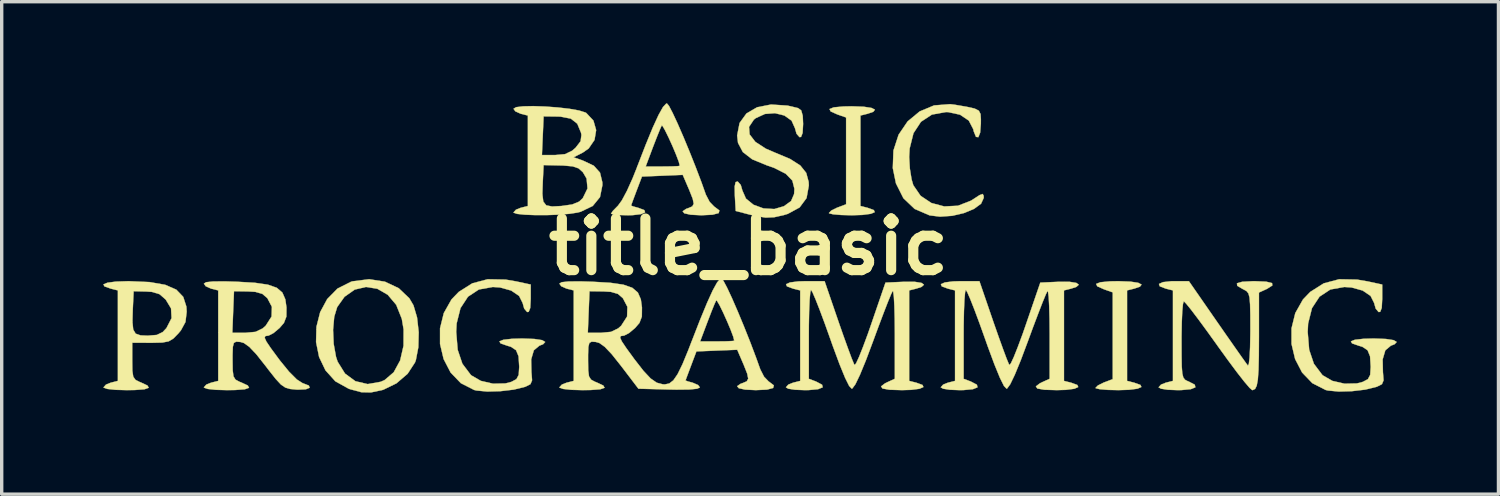
<source format=kicad_pcb>
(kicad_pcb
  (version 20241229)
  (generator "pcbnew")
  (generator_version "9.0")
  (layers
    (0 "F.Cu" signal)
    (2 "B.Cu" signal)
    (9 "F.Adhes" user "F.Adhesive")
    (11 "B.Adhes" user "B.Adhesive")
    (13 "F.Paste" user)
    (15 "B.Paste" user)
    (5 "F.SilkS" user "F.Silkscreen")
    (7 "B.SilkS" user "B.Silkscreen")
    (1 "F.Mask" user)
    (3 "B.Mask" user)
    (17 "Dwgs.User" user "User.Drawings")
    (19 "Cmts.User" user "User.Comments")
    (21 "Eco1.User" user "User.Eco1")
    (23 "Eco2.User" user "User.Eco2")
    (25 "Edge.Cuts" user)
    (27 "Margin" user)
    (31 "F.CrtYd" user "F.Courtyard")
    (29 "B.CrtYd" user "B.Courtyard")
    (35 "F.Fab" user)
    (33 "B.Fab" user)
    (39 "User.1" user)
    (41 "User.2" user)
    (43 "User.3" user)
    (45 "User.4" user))
  (footprint "title_basic"
    (layer "F.Cu")
    (at 19.058 4.238)
    (property "Reference" "title_basic" (at 0 0 0) (layer "F.SilkS") (effects (font (size 1.524 1.524) (thickness 0.3))))
    (attr through_hole)
    (fp_poly (pts (xy 3.401 -4.136) (xy 3.632 -4.1) (xy 3.73 -4.049) (xy 3.682 -3.987) (xy 3.514 -3.929) (xy 3.302 -3.876) (xy 3.302 -1.204) (xy 3.514 -1.151) (xy 3.698 -1.084) (xy 3.725 -1.023) (xy 3.608 -0.974) (xy 3.359 -0.941) (xy 3.048 -0.931) (xy 2.733 -0.939) (xy 2.497 -0.959) (xy 2.377 -0.988) (xy 2.371 -0.997) (xy 2.441 -1.07) (xy 2.612 -1.155) (xy 2.625 -1.159) (xy 2.879 -1.255) (xy 2.879 -3.819) (xy 2.625 -3.907) (xy 2.423 -3.997) (xy 2.388 -4.068) (xy 2.515 -4.118) (xy 2.802 -4.144) (xy 3.048 -4.149) (xy 3.401 -4.136)) (stroke (width 0.01) (type solid)) (fill yes) (layer "F.SilkS"))
    (fp_poly (pts (xy 11.275 1.029) (xy 11.506 1.064) (xy 11.604 1.116) (xy 11.556 1.178) (xy 11.388 1.235) (xy 11.176 1.288) (xy 11.176 3.961) (xy 11.388 4.014) (xy 11.572 4.08) (xy 11.599 4.141) (xy 11.482 4.191) (xy 11.233 4.223) (xy 10.922 4.233) (xy 10.607 4.226) (xy 10.371 4.206) (xy 10.251 4.177) (xy 10.245 4.167) (xy 10.315 4.095) (xy 10.486 4.01) (xy 10.499 4.005) (xy 10.753 3.909) (xy 10.753 1.346) (xy 10.499 1.257) (xy 10.297 1.167) (xy 10.262 1.097) (xy 10.389 1.047) (xy 10.676 1.02) (xy 10.922 1.016) (xy 11.275 1.029)) (stroke (width 0.01) (type solid)) (fill yes) (layer "F.SilkS"))
    (fp_poly (pts (xy 6.088 -4.195) (xy 6.449 -4.133) (xy 6.675 -4.082) (xy 6.798 -4.019) (xy 6.849 -3.921) (xy 6.859 -3.766) (xy 6.858 -3.634) (xy 6.837 -3.37) (xy 6.784 -3.237) (xy 6.715 -3.246) (xy 6.648 -3.409) (xy 6.633 -3.475) (xy 6.502 -3.727) (xy 6.244 -3.901) (xy 5.893 -3.977) (xy 5.825 -3.978) (xy 5.412 -3.904) (xy 5.09 -3.692) (xy 4.868 -3.354) (xy 4.755 -2.901) (xy 4.741 -2.652) (xy 4.761 -2.312) (xy 4.812 -1.994) (xy 4.863 -1.819) (xy 5.079 -1.505) (xy 5.397 -1.293) (xy 5.777 -1.192) (xy 6.181 -1.212) (xy 6.567 -1.362) (xy 6.627 -1.4) (xy 6.82 -1.526) (xy 6.912 -1.56) (xy 6.941 -1.507) (xy 6.943 -1.444) (xy 6.865 -1.273) (xy 6.657 -1.12) (xy 6.359 -0.996) (xy 6.012 -0.915) (xy 5.653 -0.89) (xy 5.344 -0.928) (xy 4.904 -1.117) (xy 4.571 -1.434) (xy 4.351 -1.872) (xy 4.258 -2.324) (xy 4.277 -2.843) (xy 4.429 -3.31) (xy 4.695 -3.702) (xy 5.051 -3.997) (xy 5.477 -4.175) (xy 5.952 -4.212) (xy 6.088 -4.195)) (stroke (width 0.01) (type solid)) (fill yes) (layer "F.SilkS"))
    (fp_poly (pts (xy -10.74 1.031) (xy -10.333 1.223) (xy -10.02 1.521) (xy -9.898 1.728) (xy -9.792 2.086) (xy -9.743 2.523) (xy -9.754 2.966) (xy -9.826 3.342) (xy -9.852 3.415) (xy -10.07 3.749) (xy -10.401 4.033) (xy -10.785 4.22) (xy -10.819 4.23) (xy -11.153 4.301) (xy -11.436 4.295) (xy -11.761 4.208) (xy -11.811 4.191) (xy -12.205 3.972) (xy -12.496 3.649) (xy -12.685 3.254) (xy -12.774 2.815) (xy -12.765 2.453) (xy -12.272 2.453) (xy -12.254 2.868) (xy -12.185 3.25) (xy -12.137 3.394) (xy -11.918 3.746) (xy -11.612 3.97) (xy -11.25 4.055) (xy -10.865 3.987) (xy -10.75 3.936) (xy -10.481 3.706) (xy -10.291 3.357) (xy -10.191 2.923) (xy -10.189 2.439) (xy -10.242 2.127) (xy -10.407 1.714) (xy -10.658 1.417) (xy -10.966 1.239) (xy -11.3 1.186) (xy -11.633 1.264) (xy -11.935 1.477) (xy -12.151 1.781) (xy -12.238 2.069) (xy -12.272 2.453) (xy -12.765 2.453) (xy -12.763 2.364) (xy -12.653 1.93) (xy -12.445 1.544) (xy -12.141 1.234) (xy -11.742 1.033) (xy -11.694 1.019) (xy -11.205 0.958) (xy -10.74 1.031)) (stroke (width 0.01) (type solid)) (fill yes) (layer "F.SilkS"))
    (fp_poly (pts (xy -17.694 1.042) (xy -17.229 1.123) (xy -16.901 1.266) (xy -16.697 1.479) (xy -16.604 1.767) (xy -16.595 1.918) (xy -16.631 2.221) (xy -16.766 2.469) (xy -16.842 2.56) (xy -16.989 2.71) (xy -17.127 2.792) (xy -17.315 2.828) (xy -17.609 2.835) (xy -17.646 2.835) (xy -18.203 2.833) (xy -18.203 3.371) (xy -18.199 3.665) (xy -18.173 3.836) (xy -18.107 3.93) (xy -17.984 3.992) (xy -17.949 4.005) (xy -17.753 4.097) (xy -17.716 4.164) (xy -17.842 4.208) (xy -18.132 4.23) (xy -18.373 4.233) (xy -18.7 4.224) (xy -18.936 4.198) (xy -19.046 4.16) (xy -19.05 4.15) (xy -18.978 4.07) (xy -18.838 4.014) (xy -18.627 3.961) (xy -18.627 2.625) (xy -18.627 2.217) (xy -18.197 2.217) (xy -18.174 2.444) (xy -18.101 2.566) (xy -17.957 2.616) (xy -17.746 2.625) (xy -17.478 2.603) (xy -17.302 2.518) (xy -17.193 2.402) (xy -17.041 2.107) (xy -17.057 1.819) (xy -17.215 1.558) (xy -17.396 1.4) (xy -17.621 1.332) (xy -17.787 1.321) (xy -18.161 1.312) (xy -18.187 1.854) (xy -18.197 2.217) (xy -18.627 2.217) (xy -18.627 1.288) (xy -18.838 1.235) (xy -19.024 1.169) (xy -19.053 1.11) (xy -18.935 1.061) (xy -18.684 1.028) (xy -18.309 1.016) (xy -18.309 1.016) (xy -17.694 1.042)) (stroke (width 0.01) (type solid)) (fill yes) (layer "F.SilkS"))
    (fp_poly (pts (xy 1.151 -4.169) (xy 1.46 -4.096) (xy 1.553 -4.028) (xy 1.598 -3.869) (xy 1.609 -3.628) (xy 1.594 -3.361) (xy 1.548 -3.244) (xy 1.503 -3.238) (xy 1.415 -3.339) (xy 1.37 -3.5) (xy 1.269 -3.725) (xy 1.056 -3.877) (xy 0.778 -3.946) (xy 0.48 -3.923) (xy 0.207 -3.797) (xy 0.154 -3.754) (xy 0.012 -3.541) (xy 0.029 -3.319) (xy 0.198 -3.099) (xy 0.508 -2.897) (xy 0.776 -2.782) (xy 1.225 -2.594) (xy 1.526 -2.401) (xy 1.701 -2.182) (xy 1.773 -1.916) (xy 1.778 -1.809) (xy 1.711 -1.439) (xy 1.506 -1.162) (xy 1.158 -0.973) (xy 1.048 -0.939) (xy 0.757 -0.873) (xy 0.503 -0.862) (xy 0.211 -0.908) (xy 0 -0.959) (xy -0.381 -1.058) (xy -0.407 -1.511) (xy -0.412 -1.782) (xy -0.384 -1.911) (xy -0.322 -1.928) (xy -0.232 -1.826) (xy -0.184 -1.661) (xy -0.079 -1.423) (xy 0.144 -1.241) (xy 0.439 -1.133) (xy 0.759 -1.115) (xy 1.043 -1.198) (xy 1.255 -1.352) (xy 1.343 -1.558) (xy 1.353 -1.711) (xy 1.292 -1.955) (xy 1.095 -2.158) (xy 0.748 -2.333) (xy 0.539 -2.405) (xy 0.108 -2.582) (xy -0.171 -2.798) (xy -0.313 -3.068) (xy -0.339 -3.287) (xy -0.267 -3.656) (xy -0.064 -3.937) (xy 0.252 -4.121) (xy 0.663 -4.201) (xy 1.151 -4.169)) (stroke (width 0.01) (type solid)) (fill yes) (layer "F.SilkS"))
    (fp_poly (pts (xy -7.177 0.969) (xy -6.862 1.023) (xy -6.435 1.115) (xy -6.435 1.538) (xy -6.449 1.805) (xy -6.495 1.921) (xy -6.54 1.927) (xy -6.627 1.826) (xy -6.674 1.659) (xy -6.778 1.451) (xy -7.012 1.292) (xy -7.341 1.201) (xy -7.554 1.187) (xy -7.966 1.261) (xy -8.287 1.473) (xy -8.509 1.811) (xy -8.623 2.264) (xy -8.636 2.513) (xy -8.592 3.042) (xy -8.453 3.454) (xy -8.209 3.778) (xy -8.187 3.799) (xy -7.908 3.96) (xy -7.548 4.043) (xy -7.182 4.035) (xy -7.006 3.989) (xy -6.857 3.909) (xy -6.79 3.783) (xy -6.775 3.553) (xy -6.775 3.537) (xy -6.794 3.234) (xy -6.868 3.054) (xy -7.021 2.953) (xy -7.134 2.919) (xy -7.326 2.852) (xy -7.359 2.793) (xy -7.242 2.746) (xy -6.987 2.717) (xy -6.689 2.709) (xy -6.329 2.722) (xy -6.098 2.757) (xy -6.007 2.811) (xy -6.068 2.877) (xy -6.18 2.921) (xy -6.343 3.057) (xy -6.422 3.325) (xy -6.414 3.706) (xy -6.412 3.725) (xy -6.395 3.943) (xy -6.443 4.057) (xy -6.587 4.13) (xy -6.614 4.139) (xy -6.937 4.218) (xy -7.329 4.264) (xy -7.718 4.275) (xy -8.035 4.245) (xy -8.106 4.228) (xy -8.499 4.027) (xy -8.801 3.713) (xy -9.007 3.316) (xy -9.113 2.87) (xy -9.113 2.407) (xy -9.002 1.958) (xy -8.775 1.556) (xy -8.561 1.333) (xy -8.16 1.079) (xy -7.707 0.959) (xy -7.177 0.969)) (stroke (width 0.01) (type solid)) (fill yes) (layer "F.SilkS"))
    (fp_poly (pts (xy 17.969 0.969) (xy 18.284 1.023) (xy 18.711 1.115) (xy 18.711 1.538) (xy 18.697 1.805) (xy 18.651 1.921) (xy 18.605 1.927) (xy 18.519 1.826) (xy 18.472 1.659) (xy 18.368 1.451) (xy 18.134 1.292) (xy 17.805 1.201) (xy 17.592 1.187) (xy 17.18 1.261) (xy 16.859 1.473) (xy 16.637 1.811) (xy 16.523 2.264) (xy 16.51 2.513) (xy 16.554 3.042) (xy 16.693 3.454) (xy 16.937 3.778) (xy 16.959 3.799) (xy 17.238 3.96) (xy 17.598 4.043) (xy 17.964 4.035) (xy 18.14 3.989) (xy 18.289 3.909) (xy 18.356 3.783) (xy 18.371 3.553) (xy 18.371 3.537) (xy 18.352 3.234) (xy 18.278 3.054) (xy 18.125 2.953) (xy 18.012 2.919) (xy 17.82 2.852) (xy 17.787 2.793) (xy 17.904 2.746) (xy 18.159 2.717) (xy 18.457 2.709) (xy 18.817 2.722) (xy 19.048 2.757) (xy 19.139 2.811) (xy 19.078 2.877) (xy 18.966 2.921) (xy 18.803 3.057) (xy 18.724 3.325) (xy 18.732 3.706) (xy 18.734 3.725) (xy 18.751 3.943) (xy 18.703 4.057) (xy 18.559 4.13) (xy 18.532 4.139) (xy 18.209 4.218) (xy 17.817 4.264) (xy 17.428 4.275) (xy 17.111 4.245) (xy 17.04 4.228) (xy 16.647 4.027) (xy 16.345 3.713) (xy 16.139 3.316) (xy 16.033 2.87) (xy 16.033 2.407) (xy 16.144 1.958) (xy 16.371 1.556) (xy 16.585 1.333) (xy 16.986 1.079) (xy 17.439 0.959) (xy 17.969 0.969)) (stroke (width 0.01) (type solid)) (fill yes) (layer "F.SilkS"))
    (fp_poly (pts (xy -2.351 -4.159) (xy -2.243 -3.952) (xy -2.098 -3.641) (xy -1.929 -3.253) (xy -1.747 -2.815) (xy -1.563 -2.353) (xy -1.389 -1.895) (xy -1.264 -1.543) (xy -1.152 -1.328) (xy -1.014 -1.185) (xy -1.007 -1.181) (xy -0.863 -1.073) (xy -0.884 -0.995) (xy -1.067 -0.947) (xy -1.397 -0.931) (xy -1.711 -0.947) (xy -1.899 -0.988) (xy -1.948 -1.048) (xy -1.846 -1.119) (xy -1.778 -1.143) (xy -1.664 -1.192) (xy -1.621 -1.27) (xy -1.65 -1.416) (xy -1.75 -1.669) (xy -1.777 -1.732) (xy -1.945 -2.124) (xy -2.547 -2.099) (xy -3.15 -2.074) (xy -3.311 -1.651) (xy -3.4 -1.414) (xy -3.458 -1.255) (xy -3.471 -1.216) (xy -3.4 -1.189) (xy -3.26 -1.151) (xy -3.08 -1.083) (xy -3.056 -1.017) (xy -3.174 -0.964) (xy -3.418 -0.935) (xy -3.556 -0.931) (xy -3.824 -0.938) (xy -4.008 -0.957) (xy -4.064 -0.978) (xy -4.008 -1.061) (xy -3.872 -1.2) (xy -3.86 -1.211) (xy -3.744 -1.37) (xy -3.592 -1.654) (xy -3.425 -2.025) (xy -3.304 -2.328) (xy -3.288 -2.371) (xy -3.04 -2.371) (xy -2.536 -2.371) (xy -2.269 -2.374) (xy -2.087 -2.382) (xy -2.032 -2.392) (xy -2.063 -2.512) (xy -2.142 -2.721) (xy -2.248 -2.974) (xy -2.364 -3.228) (xy -2.468 -3.44) (xy -2.542 -3.567) (xy -2.566 -3.583) (xy -2.617 -3.47) (xy -2.708 -3.246) (xy -2.82 -2.957) (xy -2.827 -2.939) (xy -3.04 -2.371) (xy -3.288 -2.371) (xy -3.044 -3.001) (xy -2.831 -3.52) (xy -2.66 -3.892) (xy -2.53 -4.125) (xy -2.435 -4.227) (xy -2.412 -4.233) (xy -2.351 -4.159)) (stroke (width 0.01) (type solid)) (fill yes) (layer "F.SilkS"))
    (fp_poly (pts (xy -6.007 -4.142) (xy -5.638 -4.115) (xy -5.292 -4.075) (xy -5.006 -4.024) (xy -4.818 -3.965) (xy -4.795 -3.952) (xy -4.583 -3.726) (xy -4.503 -3.446) (xy -4.551 -3.156) (xy -4.724 -2.903) (xy -4.897 -2.782) (xy -5.17 -2.643) (xy -4.898 -2.548) (xy -4.572 -2.394) (xy -4.389 -2.19) (xy -4.32 -1.904) (xy -4.318 -1.822) (xy -4.389 -1.468) (xy -4.603 -1.206) (xy -4.959 -1.035) (xy -5.051 -1.011) (xy -5.289 -0.974) (xy -5.604 -0.949) (xy -5.957 -0.936) (xy -6.307 -0.936) (xy -6.614 -0.948) (xy -6.838 -0.972) (xy -6.94 -1.007) (xy -6.943 -1.014) (xy -6.871 -1.095) (xy -6.731 -1.151) (xy -6.519 -1.204) (xy -6.519 -1.556) (xy -6.091 -1.556) (xy -6.064 -1.336) (xy -5.977 -1.224) (xy -5.805 -1.19) (xy -5.53 -1.204) (xy -5.21 -1.25) (xy -5.006 -1.334) (xy -4.897 -1.436) (xy -4.758 -1.722) (xy -4.785 -2.015) (xy -4.894 -2.202) (xy -5.019 -2.315) (xy -5.194 -2.375) (xy -5.473 -2.4) (xy -5.551 -2.402) (xy -6.054 -2.413) (xy -6.079 -1.914) (xy -6.091 -1.556) (xy -6.519 -1.556) (xy -6.519 -2.709) (xy -6.104 -2.709) (xy -5.715 -2.709) (xy -5.421 -2.736) (xy -5.211 -2.837) (xy -5.11 -2.925) (xy -4.962 -3.117) (xy -4.937 -3.303) (xy -4.95 -3.37) (xy -5.06 -3.635) (xy -5.251 -3.785) (xy -5.557 -3.844) (xy -5.649 -3.847) (xy -6.054 -3.852) (xy -6.079 -3.281) (xy -6.104 -2.709) (xy -6.519 -2.709) (xy -6.519 -3.876) (xy -6.731 -3.929) (xy -6.89 -4.001) (xy -6.943 -4.076) (xy -6.865 -4.123) (xy -6.658 -4.148) (xy -6.359 -4.154) (xy -6.007 -4.142)) (stroke (width 0.01) (type solid)) (fill yes) (layer "F.SilkS"))
    (fp_poly (pts (xy 13.839 2.223) (xy 14.117 2.622) (xy 14.364 2.975) (xy 14.563 3.258) (xy 14.697 3.445) (xy 14.746 3.509) (xy 14.772 3.461) (xy 14.794 3.271) (xy 14.809 2.968) (xy 14.816 2.581) (xy 14.817 2.47) (xy 14.816 2.017) (xy 14.809 1.703) (xy 14.793 1.501) (xy 14.761 1.38) (xy 14.708 1.311) (xy 14.63 1.266) (xy 14.605 1.255) (xy 14.43 1.152) (xy 14.421 1.078) (xy 14.578 1.033) (xy 14.901 1.016) (xy 14.944 1.016) (xy 15.284 1.03) (xy 15.458 1.072) (xy 15.466 1.143) (xy 15.308 1.243) (xy 15.282 1.255) (xy 15.071 1.351) (xy 15.071 2.658) (xy 15.068 3.22) (xy 15.058 3.634) (xy 15.038 3.921) (xy 15.005 4.102) (xy 14.957 4.198) (xy 14.89 4.231) (xy 14.871 4.232) (xy 14.794 4.165) (xy 14.637 3.981) (xy 14.418 3.701) (xy 14.153 3.345) (xy 13.858 2.937) (xy 13.846 2.919) (xy 13.552 2.51) (xy 13.29 2.153) (xy 13.075 1.869) (xy 12.923 1.681) (xy 12.852 1.609) (xy 12.851 1.609) (xy 12.827 1.688) (xy 12.806 1.906) (xy 12.792 2.232) (xy 12.785 2.634) (xy 12.785 2.754) (xy 12.786 3.213) (xy 12.791 3.532) (xy 12.807 3.738) (xy 12.837 3.86) (xy 12.888 3.927) (xy 12.962 3.966) (xy 12.996 3.979) (xy 13.176 4.073) (xy 13.194 4.15) (xy 13.059 4.205) (xy 12.777 4.232) (xy 12.658 4.233) (xy 12.377 4.222) (xy 12.179 4.191) (xy 12.107 4.15) (xy 12.179 4.07) (xy 12.319 4.014) (xy 12.531 3.961) (xy 12.531 1.288) (xy 12.319 1.235) (xy 12.141 1.166) (xy 12.118 1.098) (xy 12.236 1.044) (xy 12.482 1.017) (xy 12.555 1.016) (xy 13.002 1.016) (xy 13.839 2.223)) (stroke (width 0.01) (type solid)) (fill yes) (layer "F.SilkS"))
    (fp_poly (pts (xy -15.112 1.032) (xy -14.581 1.063) (xy -14.196 1.119) (xy -13.934 1.211) (xy -13.77 1.351) (xy -13.682 1.552) (xy -13.648 1.792) (xy -13.651 2.061) (xy -13.723 2.248) (xy -13.851 2.397) (xy -14.028 2.546) (xy -14.174 2.622) (xy -14.193 2.625) (xy -14.272 2.636) (xy -14.292 2.687) (xy -14.242 2.798) (xy -14.11 2.994) (xy -13.887 3.297) (xy -13.842 3.357) (xy -13.572 3.688) (xy -13.341 3.919) (xy -13.171 4.028) (xy -13.165 4.029) (xy -12.987 4.098) (xy -12.963 4.163) (xy -13.076 4.208) (xy -13.31 4.219) (xy -13.354 4.217) (xy -13.54 4.199) (xy -13.681 4.158) (xy -13.812 4.068) (xy -13.965 3.903) (xy -14.175 3.637) (xy -14.269 3.514) (xy -14.54 3.172) (xy -14.746 2.955) (xy -14.909 2.84) (xy -15.012 2.81) (xy -15.133 2.802) (xy -15.202 2.839) (xy -15.232 2.956) (xy -15.24 3.191) (xy -15.24 3.346) (xy -15.236 3.648) (xy -15.213 3.826) (xy -15.153 3.923) (xy -15.039 3.985) (xy -14.986 4.005) (xy -14.789 4.097) (xy -14.753 4.164) (xy -14.879 4.208) (xy -15.169 4.23) (xy -15.409 4.233) (xy -15.737 4.224) (xy -15.973 4.198) (xy -16.083 4.16) (xy -16.087 4.15) (xy -16.015 4.07) (xy -15.875 4.014) (xy -15.663 3.961) (xy -15.663 2.54) (xy -15.247 2.54) (xy -14.859 2.54) (xy -14.561 2.512) (xy -14.35 2.41) (xy -14.262 2.332) (xy -14.088 2.06) (xy -14.079 1.772) (xy -14.212 1.518) (xy -14.359 1.391) (xy -14.567 1.331) (xy -14.783 1.318) (xy -15.198 1.312) (xy -15.223 1.926) (xy -15.247 2.54) (xy -15.663 2.54) (xy -15.663 1.288) (xy -15.875 1.235) (xy -16.034 1.164) (xy -16.087 1.088) (xy -16.02 1.046) (xy -15.812 1.024) (xy -15.454 1.022) (xy -15.112 1.032)) (stroke (width 0.01) (type solid)) (fill yes) (layer "F.SilkS"))
    (fp_poly (pts (xy 2.244 1.016) (xy 2.658 2.223) (xy 2.807 2.648) (xy 2.94 3.017) (xy 3.045 3.299) (xy 3.113 3.464) (xy 3.129 3.493) (xy 3.174 3.44) (xy 3.261 3.252) (xy 3.38 2.953) (xy 3.522 2.57) (xy 3.613 2.308) (xy 4.042 1.058) (xy 4.603 1.033) (xy 4.911 1.035) (xy 5.107 1.067) (xy 5.178 1.12) (xy 5.106 1.185) (xy 4.953 1.235) (xy 4.741 1.288) (xy 4.741 3.961) (xy 4.953 4.014) (xy 5.136 4.081) (xy 5.162 4.142) (xy 5.046 4.193) (xy 4.798 4.225) (xy 4.53 4.233) (xy 4.159 4.222) (xy 3.954 4.185) (xy 3.911 4.123) (xy 4.028 4.033) (xy 4.106 3.995) (xy 4.318 3.898) (xy 4.318 2.57) (xy 4.314 2.123) (xy 4.304 1.749) (xy 4.289 1.473) (xy 4.269 1.322) (xy 4.256 1.304) (xy 4.208 1.4) (xy 4.113 1.629) (xy 3.983 1.964) (xy 3.827 2.377) (xy 3.679 2.779) (xy 3.465 3.35) (xy 3.289 3.778) (xy 3.154 4.059) (xy 3.063 4.184) (xy 3.046 4.191) (xy 2.969 4.11) (xy 2.849 3.869) (xy 2.687 3.473) (xy 2.484 2.925) (xy 2.416 2.732) (xy 2.25 2.268) (xy 2.1 1.865) (xy 1.975 1.548) (xy 1.885 1.341) (xy 1.841 1.271) (xy 1.82 1.351) (xy 1.801 1.571) (xy 1.787 1.903) (xy 1.779 2.318) (xy 1.778 2.584) (xy 1.778 3.899) (xy 1.99 3.979) (xy 2.169 4.073) (xy 2.188 4.15) (xy 2.052 4.205) (xy 1.77 4.232) (xy 1.651 4.233) (xy 1.37 4.222) (xy 1.172 4.191) (xy 1.101 4.15) (xy 1.173 4.07) (xy 1.312 4.014) (xy 1.524 3.961) (xy 1.524 1.288) (xy 1.312 1.235) (xy 1.131 1.168) (xy 1.106 1.105) (xy 1.223 1.053) (xy 1.468 1.022) (xy 1.672 1.016) (xy 2.244 1.016)) (stroke (width 0.01) (type solid)) (fill yes) (layer "F.SilkS"))
    (fp_poly (pts (xy 6.816 1.016) (xy 7.23 2.223) (xy 7.379 2.648) (xy 7.512 3.017) (xy 7.617 3.299) (xy 7.685 3.464) (xy 7.701 3.493) (xy 7.746 3.44) (xy 7.833 3.252) (xy 7.952 2.953) (xy 8.094 2.57) (xy 8.185 2.308) (xy 8.614 1.058) (xy 9.175 1.033) (xy 9.483 1.035) (xy 9.679 1.067) (xy 9.75 1.12) (xy 9.678 1.185) (xy 9.525 1.235) (xy 9.313 1.288) (xy 9.313 3.961) (xy 9.525 4.014) (xy 9.708 4.081) (xy 9.734 4.142) (xy 9.618 4.193) (xy 9.37 4.225) (xy 9.102 4.233) (xy 8.731 4.222) (xy 8.526 4.185) (xy 8.483 4.123) (xy 8.6 4.033) (xy 8.678 3.995) (xy 8.89 3.898) (xy 8.89 2.57) (xy 8.886 2.123) (xy 8.876 1.749) (xy 8.861 1.473) (xy 8.841 1.322) (xy 8.828 1.304) (xy 8.78 1.4) (xy 8.685 1.629) (xy 8.555 1.964) (xy 8.399 2.377) (xy 8.251 2.779) (xy 8.037 3.35) (xy 7.861 3.778) (xy 7.726 4.059) (xy 7.635 4.184) (xy 7.618 4.191) (xy 7.541 4.11) (xy 7.421 3.869) (xy 7.259 3.473) (xy 7.056 2.925) (xy 6.988 2.732) (xy 6.822 2.268) (xy 6.672 1.865) (xy 6.547 1.548) (xy 6.457 1.341) (xy 6.413 1.271) (xy 6.392 1.351) (xy 6.373 1.571) (xy 6.359 1.903) (xy 6.351 2.318) (xy 6.35 2.584) (xy 6.35 3.899) (xy 6.562 3.979) (xy 6.741 4.073) (xy 6.76 4.15) (xy 6.624 4.205) (xy 6.342 4.232) (xy 6.223 4.233) (xy 5.942 4.222) (xy 5.744 4.191) (xy 5.673 4.15) (xy 5.745 4.07) (xy 5.884 4.014) (xy 6.096 3.961) (xy 6.096 1.288) (xy 5.884 1.235) (xy 5.703 1.168) (xy 5.678 1.105) (xy 5.795 1.053) (xy 6.04 1.022) (xy 6.244 1.016) (xy 6.816 1.016)) (stroke (width 0.01) (type solid)) (fill yes) (layer "F.SilkS"))
    (fp_poly (pts (xy -0.743 1.006) (xy -0.634 1.212) (xy -0.489 1.523) (xy -0.32 1.912) (xy -0.138 2.35) (xy 0.046 2.812) (xy 0.219 3.27) (xy 0.345 3.621) (xy 0.456 3.837) (xy 0.594 3.98) (xy 0.602 3.984) (xy 0.745 4.092) (xy 0.724 4.17) (xy 0.541 4.218) (xy 0.212 4.233) (xy -0.102 4.218) (xy -0.29 4.177) (xy -0.339 4.117) (xy -0.237 4.046) (xy -0.169 4.022) (xy -0.055 3.973) (xy -0.012 3.895) (xy -0.041 3.748) (xy -0.141 3.495) (xy -0.168 3.432) (xy -0.336 3.041) (xy -0.939 3.065) (xy -1.542 3.09) (xy -1.702 3.514) (xy -1.791 3.751) (xy -1.85 3.91) (xy -1.863 3.949) (xy -1.792 3.976) (xy -1.651 4.014) (xy -1.492 4.083) (xy -1.439 4.153) (xy -1.521 4.192) (xy -1.758 4.215) (xy -2.135 4.219) (xy -2.347 4.215) (xy -3.254 4.191) (xy -3.77 3.514) (xy -4.042 3.172) (xy -4.248 2.955) (xy -4.41 2.84) (xy -4.513 2.81) (xy -4.635 2.802) (xy -4.703 2.839) (xy -4.733 2.956) (xy -4.741 3.191) (xy -4.741 3.346) (xy -4.737 3.648) (xy -4.714 3.826) (xy -4.654 3.923) (xy -4.54 3.985) (xy -4.487 4.005) (xy -4.291 4.097) (xy -4.254 4.164) (xy -4.38 4.208) (xy -4.67 4.23) (xy -4.911 4.233) (xy -5.238 4.224) (xy -5.474 4.198) (xy -5.584 4.16) (xy -5.588 4.15) (xy -5.516 4.07) (xy -5.376 4.014) (xy -5.165 3.961) (xy -5.165 2.54) (xy -4.749 2.54) (xy -4.36 2.54) (xy -4.063 2.512) (xy -3.852 2.41) (xy -3.764 2.332) (xy -3.589 2.06) (xy -3.58 1.772) (xy -3.713 1.518) (xy -3.86 1.391) (xy -4.068 1.331) (xy -4.284 1.318) (xy -4.699 1.312) (xy -4.724 1.926) (xy -4.749 2.54) (xy -5.165 2.54) (xy -5.165 1.288) (xy -5.376 1.235) (xy -5.535 1.164) (xy -5.588 1.088) (xy -5.521 1.046) (xy -5.314 1.024) (xy -4.955 1.022) (xy -4.613 1.032) (xy -4.083 1.063) (xy -3.698 1.119) (xy -3.435 1.211) (xy -3.271 1.351) (xy -3.183 1.552) (xy -3.15 1.792) (xy -3.153 2.061) (xy -3.224 2.248) (xy -3.352 2.397) (xy -3.529 2.546) (xy -3.675 2.622) (xy -3.695 2.625) (xy -3.774 2.636) (xy -3.794 2.685) (xy -3.743 2.797) (xy -3.611 2.994) (xy -3.387 3.301) (xy -3.377 3.315) (xy -3.106 3.663) (xy -2.894 3.889) (xy -2.713 4.014) (xy -2.535 4.061) (xy -2.474 4.064) (xy -2.343 4.037) (xy -2.222 3.943) (xy -2.097 3.761) (xy -1.953 3.467) (xy -1.778 3.042) (xy -1.699 2.836) (xy -1.682 2.794) (xy -1.432 2.794) (xy -0.928 2.794) (xy -0.661 2.791) (xy -0.478 2.782) (xy -0.424 2.773) (xy -0.455 2.652) (xy -0.533 2.444) (xy -0.64 2.191) (xy -0.755 1.936) (xy -0.859 1.724) (xy -0.934 1.597) (xy -0.957 1.582) (xy -1.009 1.694) (xy -1.1 1.919) (xy -1.211 2.208) (xy -1.218 2.226) (xy -1.432 2.794) (xy -1.682 2.794) (xy -1.439 2.17) (xy -1.227 1.656) (xy -1.059 1.286) (xy -0.929 1.051) (xy -0.834 0.942) (xy -0.804 0.931) (xy -0.743 1.006)) (stroke (width 0.01) (type solid)) (fill yes) (layer "F.SilkS")))
  (gr_rect
    (start -3 -3)
    (end 41.202 11.544)
    (stroke (width 0.1) (type default))
    (fill no)
    (layer "Edge.Cuts")))
</source>
